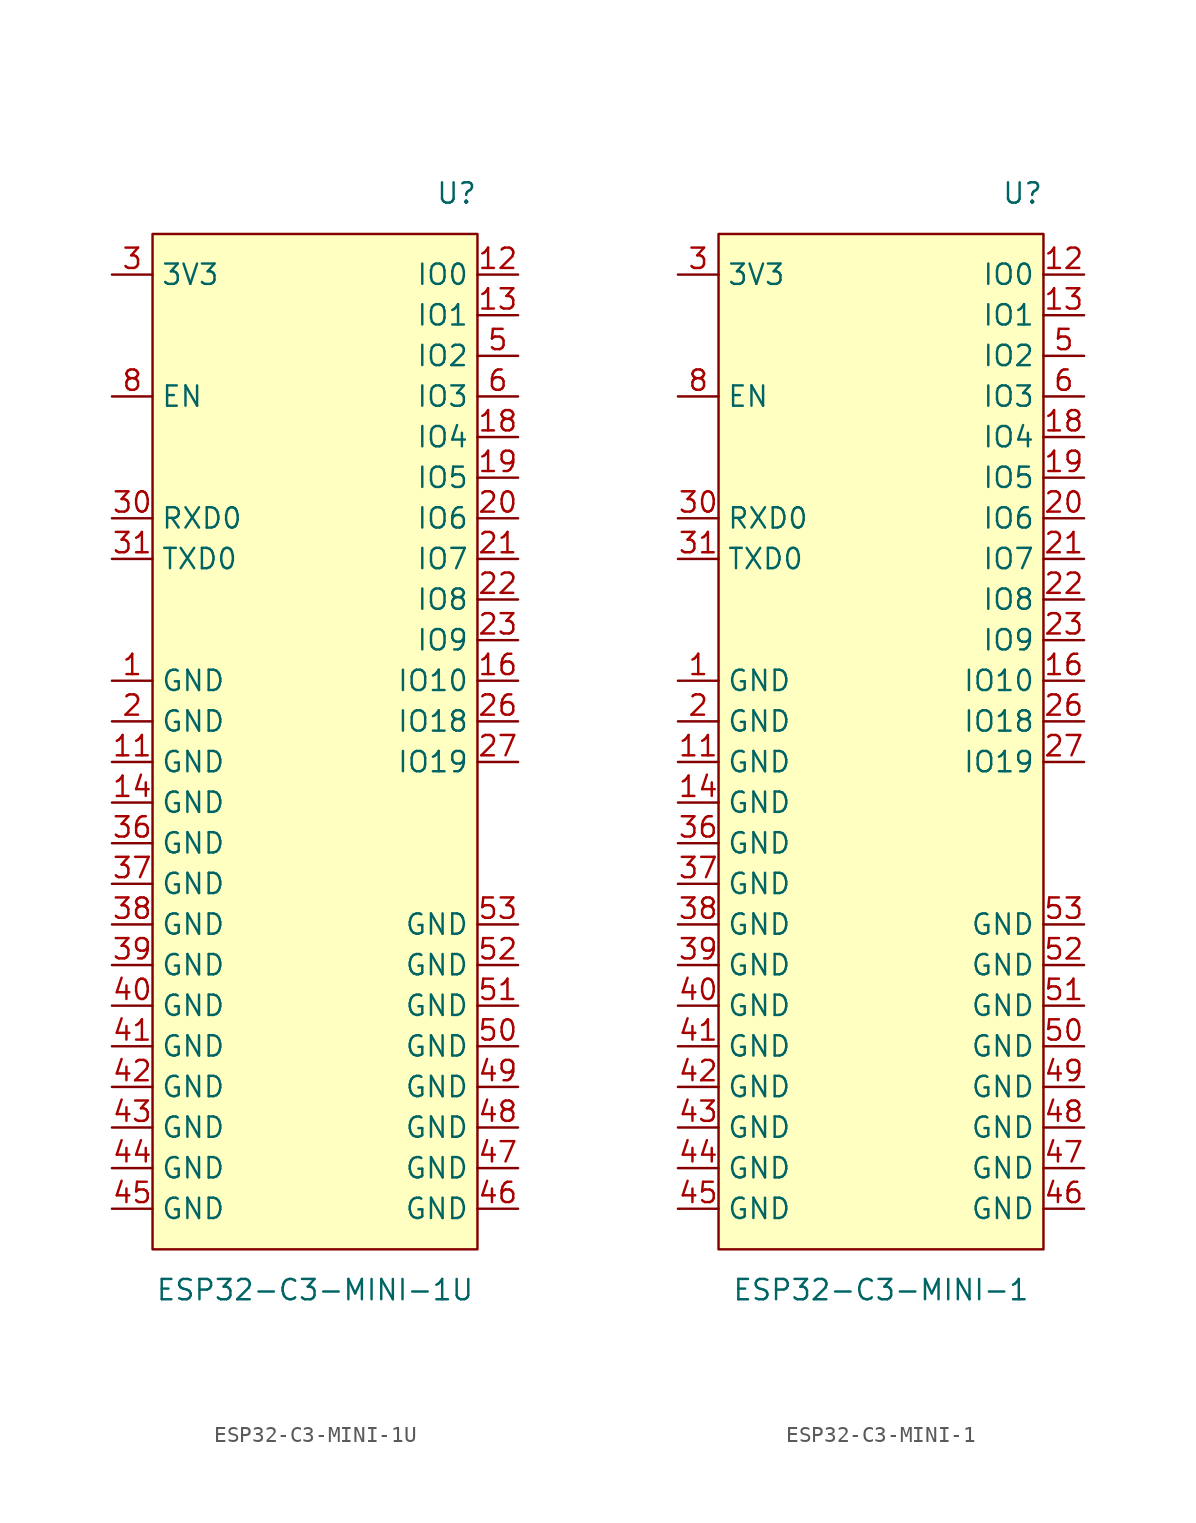
<source format=kicad_sym>
(kicad_symbol_lib
  (version 20231120)
  (generator "kicad_symbol_editor")
  (generator_version "8.0")
  (symbol "ESP32-C3-MINI-1U"
    (property "Reference" "U"
      (at 10.16 34.29 0)
      (effects (font (size 1.27 1.27)) (justify right)))
    (property "Value" "ESP32-C3-MINI-1U"
      (at 0 -34.29 0)
      (effects (font (size 1.27 1.27))))
    (symbol "ESP32-C3-MINI-1U_0_0"
      (pin power_in line (at -12.7 3.81 0) (length 2.54) (name "GND" (effects (font (size 1.27 1.27)))) (number "1" (effects (font (size 1.27 1.27)))))
      (pin power_in line (at -12.7 -1.27 0) (length 2.54) (name "GND" (effects (font (size 1.27 1.27)))) (number "11" (effects (font (size 1.27 1.27)))))
      (pin bidirectional line (at 12.7 29.21 180) (length 2.54) (name "IO0" (effects (font (size 1.27 1.27)))) (number "12" (effects (font (size 1.27 1.27)))))
      (pin bidirectional line (at 12.7 26.67 180) (length 2.54) (name "IO1" (effects (font (size 1.27 1.27)))) (number "13" (effects (font (size 1.27 1.27)))))
      (pin power_in line (at -12.7 -3.81 0) (length 2.54) (name "GND" (effects (font (size 1.27 1.27)))) (number "14" (effects (font (size 1.27 1.27)))))
      (pin bidirectional line (at 12.7 3.81 180) (length 2.54) (name "IO10" (effects (font (size 1.27 1.27)))) (number "16" (effects (font (size 1.27 1.27)))))
      (pin bidirectional line (at 12.7 19.05 180) (length 2.54) (name "IO4" (effects (font (size 1.27 1.27)))) (number "18" (effects (font (size 1.27 1.27)))))
      (pin bidirectional line (at 12.7 16.51 180) (length 2.54) (name "IO5" (effects (font (size 1.27 1.27)))) (number "19" (effects (font (size 1.27 1.27)))))
      (pin power_in line (at -12.7 1.27 0) (length 2.54) (name "GND" (effects (font (size 1.27 1.27)))) (number "2" (effects (font (size 1.27 1.27)))))
      (pin bidirectional line (at 12.7 13.97 180) (length 2.54) (name "IO6" (effects (font (size 1.27 1.27)))) (number "20" (effects (font (size 1.27 1.27)))))
      (pin bidirectional line (at 12.7 11.43 180) (length 2.54) (name "IO7" (effects (font (size 1.27 1.27)))) (number "21" (effects (font (size 1.27 1.27)))))
      (pin bidirectional line (at 12.7 8.89 180) (length 2.54) (name "IO8" (effects (font (size 1.27 1.27)))) (number "22" (effects (font (size 1.27 1.27)))))
      (pin bidirectional line (at 12.7 6.35 180) (length 2.54) (name "IO9" (effects (font (size 1.27 1.27)))) (number "23" (effects (font (size 1.27 1.27)))))
      (pin bidirectional line (at 12.7 1.27 180) (length 2.54) (name "IO18" (effects (font (size 1.27 1.27)))) (number "26" (effects (font (size 1.27 1.27)))))
      (pin bidirectional line (at 12.7 -1.27 180) (length 2.54) (name "IO19" (effects (font (size 1.27 1.27)))) (number "27" (effects (font (size 1.27 1.27)))))
      (pin power_in line (at -12.7 29.21 0) (length 2.54) (name "3V3" (effects (font (size 1.27 1.27)))) (number "3" (effects (font (size 1.27 1.27)))))
      (pin bidirectional line (at -12.7 13.97 0) (length 2.54) (name "RXD0" (effects (font (size 1.27 1.27)))) (number "30" (effects (font (size 1.27 1.27)))))
      (pin bidirectional line (at -12.7 11.43 0) (length 2.54) (name "TXD0" (effects (font (size 1.27 1.27)))) (number "31" (effects (font (size 1.27 1.27)))))
      (pin power_in line (at -12.7 -6.35 0) (length 2.54) (name "GND" (effects (font (size 1.27 1.27)))) (number "36" (effects (font (size 1.27 1.27)))))
      (pin power_in line (at -12.7 -8.89 0) (length 2.54) (name "GND" (effects (font (size 1.27 1.27)))) (number "37" (effects (font (size 1.27 1.27)))))
      (pin power_in line (at -12.7 -11.43 0) (length 2.54) (name "GND" (effects (font (size 1.27 1.27)))) (number "38" (effects (font (size 1.27 1.27)))))
      (pin power_in line (at -12.7 -13.97 0) (length 2.54) (name "GND" (effects (font (size 1.27 1.27)))) (number "39" (effects (font (size 1.27 1.27)))))
      (pin power_in line (at -12.7 -16.51 0) (length 2.54) (name "GND" (effects (font (size 1.27 1.27)))) (number "40" (effects (font (size 1.27 1.27)))))
      (pin power_in line (at -12.7 -19.05 0) (length 2.54) (name "GND" (effects (font (size 1.27 1.27)))) (number "41" (effects (font (size 1.27 1.27)))))
      (pin power_in line (at -12.7 -21.59 0) (length 2.54) (name "GND" (effects (font (size 1.27 1.27)))) (number "42" (effects (font (size 1.27 1.27)))))
      (pin power_in line (at -12.7 -24.13 0) (length 2.54) (name "GND" (effects (font (size 1.27 1.27)))) (number "43" (effects (font (size 1.27 1.27)))))
      (pin power_in line (at -12.7 -26.67 0) (length 2.54) (name "GND" (effects (font (size 1.27 1.27)))) (number "44" (effects (font (size 1.27 1.27)))))
      (pin power_in line (at -12.7 -29.21 0) (length 2.54) (name "GND" (effects (font (size 1.27 1.27)))) (number "45" (effects (font (size 1.27 1.27)))))
      (pin power_in line (at 12.7 -29.21 180) (length 2.54) (name "GND" (effects (font (size 1.27 1.27)))) (number "46" (effects (font (size 1.27 1.27)))))
      (pin power_in line (at 12.7 -26.67 180) (length 2.54) (name "GND" (effects (font (size 1.27 1.27)))) (number "47" (effects (font (size 1.27 1.27)))))
      (pin power_in line (at 12.7 -24.13 180) (length 2.54) (name "GND" (effects (font (size 1.27 1.27)))) (number "48" (effects (font (size 1.27 1.27)))))
      (pin power_in line (at 12.7 -21.59 180) (length 2.54) (name "GND" (effects (font (size 1.27 1.27)))) (number "49" (effects (font (size 1.27 1.27)))))
      (pin bidirectional line (at 12.7 24.13 180) (length 2.54) (name "IO2" (effects (font (size 1.27 1.27)))) (number "5" (effects (font (size 1.27 1.27)))))
      (pin power_in line (at 12.7 -19.05 180) (length 2.54) (name "GND" (effects (font (size 1.27 1.27)))) (number "50" (effects (font (size 1.27 1.27)))))
      (pin power_in line (at 12.7 -16.51 180) (length 2.54) (name "GND" (effects (font (size 1.27 1.27)))) (number "51" (effects (font (size 1.27 1.27)))))
      (pin power_in line (at 12.7 -13.97 180) (length 2.54) (name "GND" (effects (font (size 1.27 1.27)))) (number "52" (effects (font (size 1.27 1.27)))))
      (pin power_in line (at 12.7 -11.43 180) (length 2.54) (name "GND" (effects (font (size 1.27 1.27)))) (number "53" (effects (font (size 1.27 1.27)))))
      (pin bidirectional line (at 12.7 21.59 180) (length 2.54) (name "IO3" (effects (font (size 1.27 1.27)))) (number "6" (effects (font (size 1.27 1.27)))))
      (pin input line (at -12.7 21.59 0) (length 2.54) (name "EN" (effects (font (size 1.27 1.27)))) (number "8" (effects (font (size 1.27 1.27))))))
    (symbol "ESP32-C3-MINI-1U_1_0"
      (pin no_connect line (at 0 0 0) (length 2.54) hide (name "NC" (effects (font (size 1.27 1.27)))) (number "10" (effects (font (size 1.27 1.27)))))
      (pin no_connect line (at 0 0 0) (length 2.54) hide (name "NC" (effects (font (size 1.27 1.27)))) (number "15" (effects (font (size 1.27 1.27)))))
      (pin no_connect line (at 0 0 0) (length 2.54) hide (name "NC" (effects (font (size 1.27 1.27)))) (number "17" (effects (font (size 1.27 1.27)))))
      (pin no_connect line (at 0 0 0) (length 2.54) hide (name "NC" (effects (font (size 1.27 1.27)))) (number "24" (effects (font (size 1.27 1.27)))))
      (pin no_connect line (at 0 0 0) (length 2.54) hide (name "NC" (effects (font (size 1.27 1.27)))) (number "25" (effects (font (size 1.27 1.27)))))
      (pin no_connect line (at 0 0 0) (length 2.54) hide (name "NC" (effects (font (size 1.27 1.27)))) (number "28" (effects (font (size 1.27 1.27)))))
      (pin no_connect line (at 0 0 0) (length 2.54) hide (name "NC" (effects (font (size 1.27 1.27)))) (number "29" (effects (font (size 1.27 1.27)))))
      (pin no_connect line (at 0 0 0) (length 2.54) hide (name "NC" (effects (font (size 1.27 1.27)))) (number "32" (effects (font (size 1.27 1.27)))))
      (pin no_connect line (at 0 0 0) (length 2.54) hide (name "NC" (effects (font (size 1.27 1.27)))) (number "33" (effects (font (size 1.27 1.27)))))
      (pin no_connect line (at 0 0 0) (length 2.54) hide (name "NC" (effects (font (size 1.27 1.27)))) (number "34" (effects (font (size 1.27 1.27)))))
      (pin no_connect line (at 0 0 0) (length 2.54) hide (name "NC" (effects (font (size 1.27 1.27)))) (number "35" (effects (font (size 1.27 1.27)))))
      (pin no_connect line (at 0 0 0) (length 2.54) hide (name "NC" (effects (font (size 1.27 1.27)))) (number "4" (effects (font (size 1.27 1.27)))))
      (pin no_connect line (at 0 0 0) (length 2.54) hide (name "NC" (effects (font (size 1.27 1.27)))) (number "7" (effects (font (size 1.27 1.27)))))
      (pin no_connect line (at 0 0 0) (length 2.54) hide (name "NC" (effects (font (size 1.27 1.27)))) (number "9" (effects (font (size 1.27 1.27))))))
    (symbol "ESP32-C3-MINI-1U_1_1"
      (rectangle (start -10.16 31.75) (end 10.16 -31.75) (stroke (width 0) (type default)) (fill (type background)))))
  (symbol "ESP32-C3-MINI-1"
    (property "Reference" "U"
      (at 10.16 34.29 0)
      (effects (font (size 1.27 1.27)) (justify right)))
    (property "Value" "ESP32-C3-MINI-1"
      (at 0 -34.29 0)
      (effects (font (size 1.27 1.27))))
    (symbol "ESP32-C3-MINI-1_0_0"
      (pin power_in line (at -12.7 3.81 0) (length 2.54) (name "GND" (effects (font (size 1.27 1.27)))) (number "1" (effects (font (size 1.27 1.27)))))
      (pin power_in line (at -12.7 -1.27 0) (length 2.54) (name "GND" (effects (font (size 1.27 1.27)))) (number "11" (effects (font (size 1.27 1.27)))))
      (pin bidirectional line (at 12.7 29.21 180) (length 2.54) (name "IO0" (effects (font (size 1.27 1.27)))) (number "12" (effects (font (size 1.27 1.27)))))
      (pin bidirectional line (at 12.7 26.67 180) (length 2.54) (name "IO1" (effects (font (size 1.27 1.27)))) (number "13" (effects (font (size 1.27 1.27)))))
      (pin power_in line (at -12.7 -3.81 0) (length 2.54) (name "GND" (effects (font (size 1.27 1.27)))) (number "14" (effects (font (size 1.27 1.27)))))
      (pin bidirectional line (at 12.7 3.81 180) (length 2.54) (name "IO10" (effects (font (size 1.27 1.27)))) (number "16" (effects (font (size 1.27 1.27)))))
      (pin bidirectional line (at 12.7 19.05 180) (length 2.54) (name "IO4" (effects (font (size 1.27 1.27)))) (number "18" (effects (font (size 1.27 1.27)))))
      (pin bidirectional line (at 12.7 16.51 180) (length 2.54) (name "IO5" (effects (font (size 1.27 1.27)))) (number "19" (effects (font (size 1.27 1.27)))))
      (pin power_in line (at -12.7 1.27 0) (length 2.54) (name "GND" (effects (font (size 1.27 1.27)))) (number "2" (effects (font (size 1.27 1.27)))))
      (pin bidirectional line (at 12.7 13.97 180) (length 2.54) (name "IO6" (effects (font (size 1.27 1.27)))) (number "20" (effects (font (size 1.27 1.27)))))
      (pin bidirectional line (at 12.7 11.43 180) (length 2.54) (name "IO7" (effects (font (size 1.27 1.27)))) (number "21" (effects (font (size 1.27 1.27)))))
      (pin bidirectional line (at 12.7 8.89 180) (length 2.54) (name "IO8" (effects (font (size 1.27 1.27)))) (number "22" (effects (font (size 1.27 1.27)))))
      (pin bidirectional line (at 12.7 6.35 180) (length 2.54) (name "IO9" (effects (font (size 1.27 1.27)))) (number "23" (effects (font (size 1.27 1.27)))))
      (pin bidirectional line (at 12.7 1.27 180) (length 2.54) (name "IO18" (effects (font (size 1.27 1.27)))) (number "26" (effects (font (size 1.27 1.27)))))
      (pin bidirectional line (at 12.7 -1.27 180) (length 2.54) (name "IO19" (effects (font (size 1.27 1.27)))) (number "27" (effects (font (size 1.27 1.27)))))
      (pin power_in line (at -12.7 29.21 0) (length 2.54) (name "3V3" (effects (font (size 1.27 1.27)))) (number "3" (effects (font (size 1.27 1.27)))))
      (pin bidirectional line (at -12.7 13.97 0) (length 2.54) (name "RXD0" (effects (font (size 1.27 1.27)))) (number "30" (effects (font (size 1.27 1.27)))))
      (pin bidirectional line (at -12.7 11.43 0) (length 2.54) (name "TXD0" (effects (font (size 1.27 1.27)))) (number "31" (effects (font (size 1.27 1.27)))))
      (pin power_in line (at -12.7 -6.35 0) (length 2.54) (name "GND" (effects (font (size 1.27 1.27)))) (number "36" (effects (font (size 1.27 1.27)))))
      (pin power_in line (at -12.7 -8.89 0) (length 2.54) (name "GND" (effects (font (size 1.27 1.27)))) (number "37" (effects (font (size 1.27 1.27)))))
      (pin power_in line (at -12.7 -11.43 0) (length 2.54) (name "GND" (effects (font (size 1.27 1.27)))) (number "38" (effects (font (size 1.27 1.27)))))
      (pin power_in line (at -12.7 -13.97 0) (length 2.54) (name "GND" (effects (font (size 1.27 1.27)))) (number "39" (effects (font (size 1.27 1.27)))))
      (pin power_in line (at -12.7 -16.51 0) (length 2.54) (name "GND" (effects (font (size 1.27 1.27)))) (number "40" (effects (font (size 1.27 1.27)))))
      (pin power_in line (at -12.7 -19.05 0) (length 2.54) (name "GND" (effects (font (size 1.27 1.27)))) (number "41" (effects (font (size 1.27 1.27)))))
      (pin power_in line (at -12.7 -21.59 0) (length 2.54) (name "GND" (effects (font (size 1.27 1.27)))) (number "42" (effects (font (size 1.27 1.27)))))
      (pin power_in line (at -12.7 -24.13 0) (length 2.54) (name "GND" (effects (font (size 1.27 1.27)))) (number "43" (effects (font (size 1.27 1.27)))))
      (pin power_in line (at -12.7 -26.67 0) (length 2.54) (name "GND" (effects (font (size 1.27 1.27)))) (number "44" (effects (font (size 1.27 1.27)))))
      (pin power_in line (at -12.7 -29.21 0) (length 2.54) (name "GND" (effects (font (size 1.27 1.27)))) (number "45" (effects (font (size 1.27 1.27)))))
      (pin power_in line (at 12.7 -29.21 180) (length 2.54) (name "GND" (effects (font (size 1.27 1.27)))) (number "46" (effects (font (size 1.27 1.27)))))
      (pin power_in line (at 12.7 -26.67 180) (length 2.54) (name "GND" (effects (font (size 1.27 1.27)))) (number "47" (effects (font (size 1.27 1.27)))))
      (pin power_in line (at 12.7 -24.13 180) (length 2.54) (name "GND" (effects (font (size 1.27 1.27)))) (number "48" (effects (font (size 1.27 1.27)))))
      (pin power_in line (at 12.7 -21.59 180) (length 2.54) (name "GND" (effects (font (size 1.27 1.27)))) (number "49" (effects (font (size 1.27 1.27)))))
      (pin bidirectional line (at 12.7 24.13 180) (length 2.54) (name "IO2" (effects (font (size 1.27 1.27)))) (number "5" (effects (font (size 1.27 1.27)))))
      (pin power_in line (at 12.7 -19.05 180) (length 2.54) (name "GND" (effects (font (size 1.27 1.27)))) (number "50" (effects (font (size 1.27 1.27)))))
      (pin power_in line (at 12.7 -16.51 180) (length 2.54) (name "GND" (effects (font (size 1.27 1.27)))) (number "51" (effects (font (size 1.27 1.27)))))
      (pin power_in line (at 12.7 -13.97 180) (length 2.54) (name "GND" (effects (font (size 1.27 1.27)))) (number "52" (effects (font (size 1.27 1.27)))))
      (pin power_in line (at 12.7 -11.43 180) (length 2.54) (name "GND" (effects (font (size 1.27 1.27)))) (number "53" (effects (font (size 1.27 1.27)))))
      (pin bidirectional line (at 12.7 21.59 180) (length 2.54) (name "IO3" (effects (font (size 1.27 1.27)))) (number "6" (effects (font (size 1.27 1.27)))))
      (pin input line (at -12.7 21.59 0) (length 2.54) (name "EN" (effects (font (size 1.27 1.27)))) (number "8" (effects (font (size 1.27 1.27))))))
    (symbol "ESP32-C3-MINI-1_1_0"
      (pin no_connect line (at 0 0 0) (length 2.54) hide (name "NC" (effects (font (size 1.27 1.27)))) (number "10" (effects (font (size 1.27 1.27)))))
      (pin no_connect line (at 0 0 0) (length 2.54) hide (name "NC" (effects (font (size 1.27 1.27)))) (number "15" (effects (font (size 1.27 1.27)))))
      (pin no_connect line (at 0 0 0) (length 2.54) hide (name "NC" (effects (font (size 1.27 1.27)))) (number "17" (effects (font (size 1.27 1.27)))))
      (pin no_connect line (at 0 0 0) (length 2.54) hide (name "NC" (effects (font (size 1.27 1.27)))) (number "24" (effects (font (size 1.27 1.27)))))
      (pin no_connect line (at 0 0 0) (length 2.54) hide (name "NC" (effects (font (size 1.27 1.27)))) (number "25" (effects (font (size 1.27 1.27)))))
      (pin no_connect line (at 0 0 0) (length 2.54) hide (name "NC" (effects (font (size 1.27 1.27)))) (number "28" (effects (font (size 1.27 1.27)))))
      (pin no_connect line (at 0 0 0) (length 2.54) hide (name "NC" (effects (font (size 1.27 1.27)))) (number "29" (effects (font (size 1.27 1.27)))))
      (pin no_connect line (at 0 0 0) (length 2.54) hide (name "NC" (effects (font (size 1.27 1.27)))) (number "32" (effects (font (size 1.27 1.27)))))
      (pin no_connect line (at 0 0 0) (length 2.54) hide (name "NC" (effects (font (size 1.27 1.27)))) (number "33" (effects (font (size 1.27 1.27)))))
      (pin no_connect line (at 0 0 0) (length 2.54) hide (name "NC" (effects (font (size 1.27 1.27)))) (number "34" (effects (font (size 1.27 1.27)))))
      (pin no_connect line (at 0 0 0) (length 2.54) hide (name "NC" (effects (font (size 1.27 1.27)))) (number "35" (effects (font (size 1.27 1.27)))))
      (pin no_connect line (at 0 0 0) (length 2.54) hide (name "NC" (effects (font (size 1.27 1.27)))) (number "4" (effects (font (size 1.27 1.27)))))
      (pin no_connect line (at 0 0 0) (length 2.54) hide (name "NC" (effects (font (size 1.27 1.27)))) (number "7" (effects (font (size 1.27 1.27)))))
      (pin no_connect line (at 0 0 0) (length 2.54) hide (name "NC" (effects (font (size 1.27 1.27)))) (number "9" (effects (font (size 1.27 1.27))))))
    (symbol "ESP32-C3-MINI-1_1_1"
      (rectangle (start -10.16 31.75) (end 10.16 -31.75) (stroke (width 0) (type default)) (fill (type background))))))
</source>
